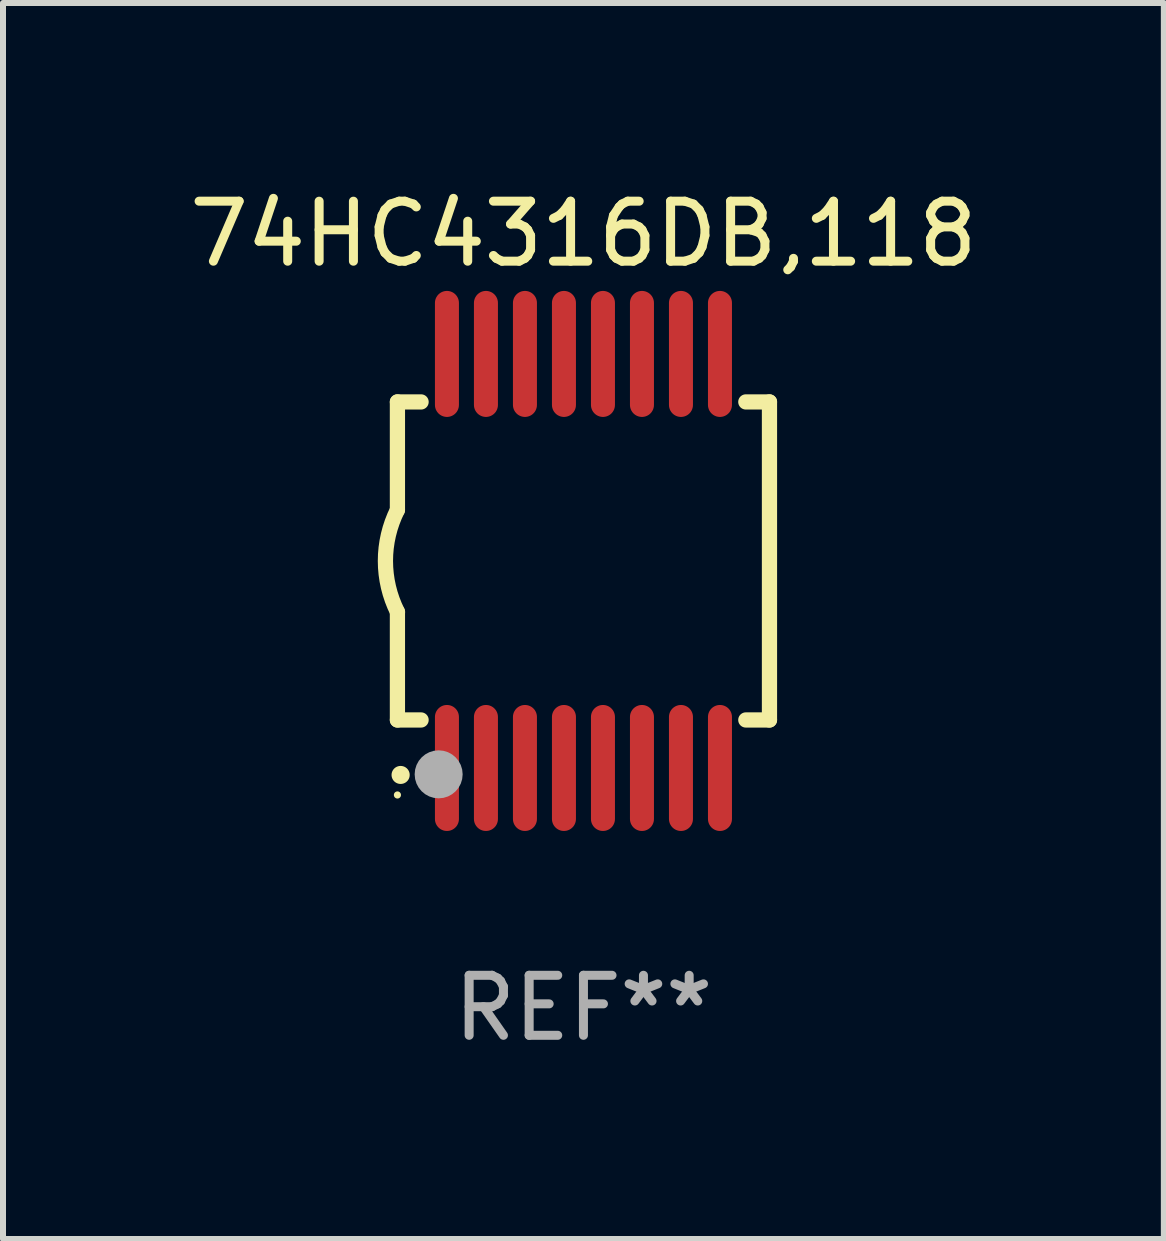
<source format=kicad_pcb>
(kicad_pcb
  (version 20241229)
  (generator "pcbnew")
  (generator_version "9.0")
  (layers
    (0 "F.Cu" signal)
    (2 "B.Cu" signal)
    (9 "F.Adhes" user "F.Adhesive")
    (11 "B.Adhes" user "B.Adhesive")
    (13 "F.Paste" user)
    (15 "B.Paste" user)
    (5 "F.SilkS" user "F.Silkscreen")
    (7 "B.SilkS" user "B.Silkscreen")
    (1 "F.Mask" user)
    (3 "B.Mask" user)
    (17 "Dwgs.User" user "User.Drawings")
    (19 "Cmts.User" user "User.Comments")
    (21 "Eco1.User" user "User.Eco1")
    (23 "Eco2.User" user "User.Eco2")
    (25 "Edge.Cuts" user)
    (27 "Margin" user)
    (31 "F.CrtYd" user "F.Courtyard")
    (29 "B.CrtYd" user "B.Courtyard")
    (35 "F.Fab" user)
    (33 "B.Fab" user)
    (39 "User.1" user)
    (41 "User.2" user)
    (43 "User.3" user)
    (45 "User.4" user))
  (footprint "74HC4316DB,118"
    (layer "F.Cu")
    (at 6.673 6.298)
    (property "Reference" "74HC4316DB,118" (at 0 -5.45 0) (layer "F.SilkS") (effects (font (size 1 1) (thickness 0.15))))
    (attr through_hole)
    (fp_line (start -3.1 -2.65) (end -3.1 -0.85) (stroke (width 0.254) (type solid)) (layer "F.SilkS"))
    (fp_line (start -3.1 -2.65) (end -2.706 -2.65) (stroke (width 0.254) (type solid)) (layer "F.SilkS"))
    (fp_line (start -3.1 2.65) (end -3.1 0.85) (stroke (width 0.254) (type solid)) (layer "F.SilkS"))
    (fp_line (start -3.1 2.65) (end -2.706 2.65) (stroke (width 0.254) (type solid)) (layer "F.SilkS"))
    (fp_line (start 2.706 -2.65) (end 3.1 -2.65) (stroke (width 0.254) (type solid)) (layer "F.SilkS"))
    (fp_line (start 2.706 2.65) (end 3.1 2.65) (stroke (width 0.254) (type solid)) (layer "F.SilkS"))
    (fp_line (start 3.1 -2.65) (end 3.1 2.65) (stroke (width 0.254) (type solid)) (layer "F.SilkS"))
    (fp_arc (start -3.098907 0.850902) (mid -3.300057 0.000523) (end -3.1 -0.850114) (stroke (width 0.254001) (type solid)) (layer "F.SilkS"))
    (fp_arc (start -3.048006 3.566066) (mid -3.046736 3.566061) (end -3.045466 3.566066) (stroke (width 0.3) (type solid)) (layer "F.SilkS"))
    (fp_circle (center -3.1 3.9) (end -3.07 3.9) (stroke (width 0.06) (type solid)) (fill no) (layer "F.SilkS"))
    (fp_circle (center -2.413 3.556) (end -2.213 3.556) (stroke (width 0.4) (type solid)) (fill no) (layer "F.Fab"))
    (fp_text user "REF**" (at 0 7.45 0) (layer "F.Fab") (effects (font (size 1 1) (thickness 0.15))))
    (pad "1" smd oval (at -2.275 3.45 180) (size 0.4 2.1) (layers "F.Cu" "F.Mask" "F.Paste"))
    (pad "2" smd oval (at -1.625 3.45 180) (size 0.4 2.1) (layers "F.Cu" "F.Mask" "F.Paste"))
    (pad "3" smd oval (at -0.975 3.45 180) (size 0.4 2.1) (layers "F.Cu" "F.Mask" "F.Paste"))
    (pad "4" smd oval (at -0.325 3.45 180) (size 0.4 2.1) (layers "F.Cu" "F.Mask" "F.Paste"))
    (pad "5" smd oval (at 0.325 3.45 180) (size 0.4 2.1) (layers "F.Cu" "F.Mask" "F.Paste"))
    (pad "6" smd oval (at 0.975 3.45 180) (size 0.4 2.1) (layers "F.Cu" "F.Mask" "F.Paste"))
    (pad "7" smd oval (at 1.625 3.45 180) (size 0.4 2.1) (layers "F.Cu" "F.Mask" "F.Paste"))
    (pad "8" smd oval (at 2.275 3.45 180) (size 0.4 2.1) (layers "F.Cu" "F.Mask" "F.Paste"))
    (pad "9" smd oval (at 2.275 -3.45 180) (size 0.4 2.1) (layers "F.Cu" "F.Mask" "F.Paste"))
    (pad "10" smd oval (at 1.625 -3.45 180) (size 0.4 2.1) (layers "F.Cu" "F.Mask" "F.Paste"))
    (pad "11" smd oval (at 0.975 -3.45 180) (size 0.4 2.1) (layers "F.Cu" "F.Mask" "F.Paste"))
    (pad "12" smd oval (at 0.325 -3.45 180) (size 0.4 2.1) (layers "F.Cu" "F.Mask" "F.Paste"))
    (pad "13" smd oval (at -0.325 -3.45 180) (size 0.4 2.1) (layers "F.Cu" "F.Mask" "F.Paste"))
    (pad "14" smd oval (at -0.975 -3.45 180) (size 0.4 2.1) (layers "F.Cu" "F.Mask" "F.Paste"))
    (pad "15" smd oval (at -1.625 -3.45 180) (size 0.4 2.1) (layers "F.Cu" "F.Mask" "F.Paste"))
    (pad "16" smd oval (at -2.275 -3.45 180) (size 0.4 2.1) (layers "F.Cu" "F.Mask" "F.Paste")))
  (gr_rect
    (start -3 -3)
    (end 16.345 17.597)
    (stroke (width 0.1) (type default))
    (fill no)
    (layer "Edge.Cuts")))
</source>
